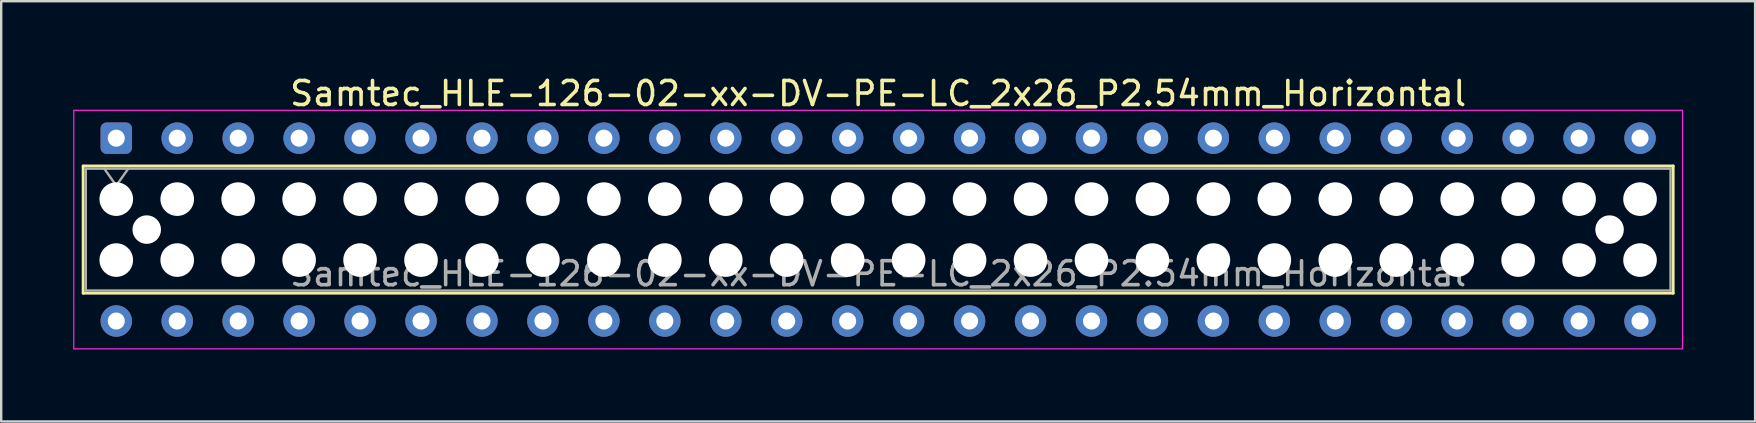
<source format=kicad_pcb>
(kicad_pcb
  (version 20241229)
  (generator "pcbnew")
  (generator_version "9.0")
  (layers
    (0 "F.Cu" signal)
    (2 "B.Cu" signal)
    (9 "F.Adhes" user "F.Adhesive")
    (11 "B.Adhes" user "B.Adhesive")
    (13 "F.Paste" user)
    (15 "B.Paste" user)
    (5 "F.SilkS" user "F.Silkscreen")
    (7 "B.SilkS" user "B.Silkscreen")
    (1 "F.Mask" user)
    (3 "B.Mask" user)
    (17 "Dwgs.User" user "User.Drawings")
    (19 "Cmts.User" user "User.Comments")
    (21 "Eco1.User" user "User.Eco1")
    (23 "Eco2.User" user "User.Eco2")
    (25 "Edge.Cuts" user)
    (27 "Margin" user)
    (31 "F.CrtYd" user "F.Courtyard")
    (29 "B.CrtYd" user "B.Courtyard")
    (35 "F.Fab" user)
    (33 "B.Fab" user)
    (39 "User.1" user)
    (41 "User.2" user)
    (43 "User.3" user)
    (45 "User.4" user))
  (footprint "Samtec_HLE-126-02-xx-DV-PE-LC_2x26_P2.54mm_Horizontal"
    (layer "F.Cu")
    (at 1.795 2.708)
    (property "Reference" "Samtec_HLE-126-02-xx-DV-PE-LC_2x26_P2.54mm_Horizontal" (at 31.75 -1.86 0) (layer "F.SilkS") (effects (font (size 1 1) (thickness 0.15))))
    (attr through_hole)
    (fp_line (start -1.38 1.16) (end 64.88 1.16) (stroke (width 0.12) (type solid)) (layer "F.SilkS"))
    (fp_line (start -1.38 6.46) (end -1.38 1.16) (stroke (width 0.12) (type solid)) (layer "F.SilkS"))
    (fp_line (start 64.88 1.16) (end 64.88 6.46) (stroke (width 0.12) (type solid)) (layer "F.SilkS"))
    (fp_line (start 64.88 6.46) (end -1.38 6.46) (stroke (width 0.12) (type solid)) (layer "F.SilkS"))
    (fp_line (start -1.77 -1.16) (end 65.27 -1.16) (stroke (width 0.05) (type solid)) (layer "F.CrtYd"))
    (fp_line (start -1.77 8.78) (end -1.77 -1.16) (stroke (width 0.05) (type solid)) (layer "F.CrtYd"))
    (fp_line (start 65.27 -1.16) (end 65.27 8.78) (stroke (width 0.05) (type solid)) (layer "F.CrtYd"))
    (fp_line (start 65.27 8.78) (end -1.77 8.78) (stroke (width 0.05) (type solid)) (layer "F.CrtYd"))
    (fp_line (start -1.27 1.27) (end 64.77 1.27) (stroke (width 0.1) (type solid)) (layer "F.Fab"))
    (fp_line (start -1.27 6.35) (end -1.27 1.27) (stroke (width 0.1) (type solid)) (layer "F.Fab"))
    (fp_line (start -0.5 1.27) (end 0 1.977) (stroke (width 0.1) (type solid)) (layer "F.Fab"))
    (fp_line (start 0 1.977) (end 0.5 1.27) (stroke (width 0.1) (type solid)) (layer "F.Fab"))
    (fp_line (start 64.77 1.27) (end 64.77 6.35) (stroke (width 0.1) (type solid)) (layer "F.Fab"))
    (fp_line (start 64.77 6.35) (end -1.27 6.35) (stroke (width 0.1) (type solid)) (layer "F.Fab"))
    (fp_text user "${REFERENCE}" (at 31.75 5.65 0) (layer "F.Fab") (effects (font (size 1 1) (thickness 0.15))))
    (pad "" np_thru_hole circle (at 0 2.54) (size 1.4 1.4) (drill 1.4) (layers "*.Cu" "*.Mask"))
    (pad "" np_thru_hole circle (at 0 5.08) (size 1.4 1.4) (drill 1.4) (layers "*.Cu" "*.Mask"))
    (pad "" np_thru_hole circle (at 1.27 3.81) (size 1.19 1.19) (drill 1.19) (layers "*.Cu" "*.Mask"))
    (pad "" np_thru_hole circle (at 2.54 2.54) (size 1.4 1.4) (drill 1.4) (layers "*.Cu" "*.Mask"))
    (pad "" np_thru_hole circle (at 2.54 5.08) (size 1.4 1.4) (drill 1.4) (layers "*.Cu" "*.Mask"))
    (pad "" np_thru_hole circle (at 5.08 2.54) (size 1.4 1.4) (drill 1.4) (layers "*.Cu" "*.Mask"))
    (pad "" np_thru_hole circle (at 5.08 5.08) (size 1.4 1.4) (drill 1.4) (layers "*.Cu" "*.Mask"))
    (pad "" np_thru_hole circle (at 7.62 2.54) (size 1.4 1.4) (drill 1.4) (layers "*.Cu" "*.Mask"))
    (pad "" np_thru_hole circle (at 7.62 5.08) (size 1.4 1.4) (drill 1.4) (layers "*.Cu" "*.Mask"))
    (pad "" np_thru_hole circle (at 10.16 2.54) (size 1.4 1.4) (drill 1.4) (layers "*.Cu" "*.Mask"))
    (pad "" np_thru_hole circle (at 10.16 5.08) (size 1.4 1.4) (drill 1.4) (layers "*.Cu" "*.Mask"))
    (pad "" np_thru_hole circle (at 12.7 2.54) (size 1.4 1.4) (drill 1.4) (layers "*.Cu" "*.Mask"))
    (pad "" np_thru_hole circle (at 12.7 5.08) (size 1.4 1.4) (drill 1.4) (layers "*.Cu" "*.Mask"))
    (pad "" np_thru_hole circle (at 15.24 2.54) (size 1.4 1.4) (drill 1.4) (layers "*.Cu" "*.Mask"))
    (pad "" np_thru_hole circle (at 15.24 5.08) (size 1.4 1.4) (drill 1.4) (layers "*.Cu" "*.Mask"))
    (pad "" np_thru_hole circle (at 17.78 2.54) (size 1.4 1.4) (drill 1.4) (layers "*.Cu" "*.Mask"))
    (pad "" np_thru_hole circle (at 17.78 5.08) (size 1.4 1.4) (drill 1.4) (layers "*.Cu" "*.Mask"))
    (pad "" np_thru_hole circle (at 20.32 2.54) (size 1.4 1.4) (drill 1.4) (layers "*.Cu" "*.Mask"))
    (pad "" np_thru_hole circle (at 20.32 5.08) (size 1.4 1.4) (drill 1.4) (layers "*.Cu" "*.Mask"))
    (pad "" np_thru_hole circle (at 22.86 2.54) (size 1.4 1.4) (drill 1.4) (layers "*.Cu" "*.Mask"))
    (pad "" np_thru_hole circle (at 22.86 5.08) (size 1.4 1.4) (drill 1.4) (layers "*.Cu" "*.Mask"))
    (pad "" np_thru_hole circle (at 25.4 2.54) (size 1.4 1.4) (drill 1.4) (layers "*.Cu" "*.Mask"))
    (pad "" np_thru_hole circle (at 25.4 5.08) (size 1.4 1.4) (drill 1.4) (layers "*.Cu" "*.Mask"))
    (pad "" np_thru_hole circle (at 27.94 2.54) (size 1.4 1.4) (drill 1.4) (layers "*.Cu" "*.Mask"))
    (pad "" np_thru_hole circle (at 27.94 5.08) (size 1.4 1.4) (drill 1.4) (layers "*.Cu" "*.Mask"))
    (pad "" np_thru_hole circle (at 30.48 2.54) (size 1.4 1.4) (drill 1.4) (layers "*.Cu" "*.Mask"))
    (pad "" np_thru_hole circle (at 30.48 5.08) (size 1.4 1.4) (drill 1.4) (layers "*.Cu" "*.Mask"))
    (pad "" np_thru_hole circle (at 33.02 2.54) (size 1.4 1.4) (drill 1.4) (layers "*.Cu" "*.Mask"))
    (pad "" np_thru_hole circle (at 33.02 5.08) (size 1.4 1.4) (drill 1.4) (layers "*.Cu" "*.Mask"))
    (pad "" np_thru_hole circle (at 35.56 2.54) (size 1.4 1.4) (drill 1.4) (layers "*.Cu" "*.Mask"))
    (pad "" np_thru_hole circle (at 35.56 5.08) (size 1.4 1.4) (drill 1.4) (layers "*.Cu" "*.Mask"))
    (pad "" np_thru_hole circle (at 38.1 2.54) (size 1.4 1.4) (drill 1.4) (layers "*.Cu" "*.Mask"))
    (pad "" np_thru_hole circle (at 38.1 5.08) (size 1.4 1.4) (drill 1.4) (layers "*.Cu" "*.Mask"))
    (pad "" np_thru_hole circle (at 40.64 2.54) (size 1.4 1.4) (drill 1.4) (layers "*.Cu" "*.Mask"))
    (pad "" np_thru_hole circle (at 40.64 5.08) (size 1.4 1.4) (drill 1.4) (layers "*.Cu" "*.Mask"))
    (pad "" np_thru_hole circle (at 43.18 2.54) (size 1.4 1.4) (drill 1.4) (layers "*.Cu" "*.Mask"))
    (pad "" np_thru_hole circle (at 43.18 5.08) (size 1.4 1.4) (drill 1.4) (layers "*.Cu" "*.Mask"))
    (pad "" np_thru_hole circle (at 45.72 2.54) (size 1.4 1.4) (drill 1.4) (layers "*.Cu" "*.Mask"))
    (pad "" np_thru_hole circle (at 45.72 5.08) (size 1.4 1.4) (drill 1.4) (layers "*.Cu" "*.Mask"))
    (pad "" np_thru_hole circle (at 48.26 2.54) (size 1.4 1.4) (drill 1.4) (layers "*.Cu" "*.Mask"))
    (pad "" np_thru_hole circle (at 48.26 5.08) (size 1.4 1.4) (drill 1.4) (layers "*.Cu" "*.Mask"))
    (pad "" np_thru_hole circle (at 50.8 2.54) (size 1.4 1.4) (drill 1.4) (layers "*.Cu" "*.Mask"))
    (pad "" np_thru_hole circle (at 50.8 5.08) (size 1.4 1.4) (drill 1.4) (layers "*.Cu" "*.Mask"))
    (pad "" np_thru_hole circle (at 53.34 2.54) (size 1.4 1.4) (drill 1.4) (layers "*.Cu" "*.Mask"))
    (pad "" np_thru_hole circle (at 53.34 5.08) (size 1.4 1.4) (drill 1.4) (layers "*.Cu" "*.Mask"))
    (pad "" np_thru_hole circle (at 55.88 2.54) (size 1.4 1.4) (drill 1.4) (layers "*.Cu" "*.Mask"))
    (pad "" np_thru_hole circle (at 55.88 5.08) (size 1.4 1.4) (drill 1.4) (layers "*.Cu" "*.Mask"))
    (pad "" np_thru_hole circle (at 58.42 2.54) (size 1.4 1.4) (drill 1.4) (layers "*.Cu" "*.Mask"))
    (pad "" np_thru_hole circle (at 58.42 5.08) (size 1.4 1.4) (drill 1.4) (layers "*.Cu" "*.Mask"))
    (pad "" np_thru_hole circle (at 60.96 2.54) (size 1.4 1.4) (drill 1.4) (layers "*.Cu" "*.Mask"))
    (pad "" np_thru_hole circle (at 60.96 5.08) (size 1.4 1.4) (drill 1.4) (layers "*.Cu" "*.Mask"))
    (pad "" np_thru_hole circle (at 62.23 3.81) (size 1.19 1.19) (drill 1.19) (layers "*.Cu" "*.Mask"))
    (pad "" np_thru_hole circle (at 63.5 2.54) (size 1.4 1.4) (drill 1.4) (layers "*.Cu" "*.Mask"))
    (pad "" np_thru_hole circle (at 63.5 5.08) (size 1.4 1.4) (drill 1.4) (layers "*.Cu" "*.Mask"))
    (pad "1" thru_hole roundrect (at 0 0) (size 1.31 1.31) (drill 0.71) (layers "*.Cu" "*.Mask") (roundrect_rratio 0.191))
    (pad "2" thru_hole circle (at 0 7.62) (size 1.31 1.31) (drill 0.71) (layers "*.Cu" "*.Mask"))
    (pad "3" thru_hole circle (at 2.54 0) (size 1.31 1.31) (drill 0.71) (layers "*.Cu" "*.Mask"))
    (pad "4" thru_hole circle (at 2.54 7.62) (size 1.31 1.31) (drill 0.71) (layers "*.Cu" "*.Mask"))
    (pad "5" thru_hole circle (at 5.08 0) (size 1.31 1.31) (drill 0.71) (layers "*.Cu" "*.Mask"))
    (pad "6" thru_hole circle (at 5.08 7.62) (size 1.31 1.31) (drill 0.71) (layers "*.Cu" "*.Mask"))
    (pad "7" thru_hole circle (at 7.62 0) (size 1.31 1.31) (drill 0.71) (layers "*.Cu" "*.Mask"))
    (pad "8" thru_hole circle (at 7.62 7.62) (size 1.31 1.31) (drill 0.71) (layers "*.Cu" "*.Mask"))
    (pad "9" thru_hole circle (at 10.16 0) (size 1.31 1.31) (drill 0.71) (layers "*.Cu" "*.Mask"))
    (pad "10" thru_hole circle (at 10.16 7.62) (size 1.31 1.31) (drill 0.71) (layers "*.Cu" "*.Mask"))
    (pad "11" thru_hole circle (at 12.7 0) (size 1.31 1.31) (drill 0.71) (layers "*.Cu" "*.Mask"))
    (pad "12" thru_hole circle (at 12.7 7.62) (size 1.31 1.31) (drill 0.71) (layers "*.Cu" "*.Mask"))
    (pad "13" thru_hole circle (at 15.24 0) (size 1.31 1.31) (drill 0.71) (layers "*.Cu" "*.Mask"))
    (pad "14" thru_hole circle (at 15.24 7.62) (size 1.31 1.31) (drill 0.71) (layers "*.Cu" "*.Mask"))
    (pad "15" thru_hole circle (at 17.78 0) (size 1.31 1.31) (drill 0.71) (layers "*.Cu" "*.Mask"))
    (pad "16" thru_hole circle (at 17.78 7.62) (size 1.31 1.31) (drill 0.71) (layers "*.Cu" "*.Mask"))
    (pad "17" thru_hole circle (at 20.32 0) (size 1.31 1.31) (drill 0.71) (layers "*.Cu" "*.Mask"))
    (pad "18" thru_hole circle (at 20.32 7.62) (size 1.31 1.31) (drill 0.71) (layers "*.Cu" "*.Mask"))
    (pad "19" thru_hole circle (at 22.86 0) (size 1.31 1.31) (drill 0.71) (layers "*.Cu" "*.Mask"))
    (pad "20" thru_hole circle (at 22.86 7.62) (size 1.31 1.31) (drill 0.71) (layers "*.Cu" "*.Mask"))
    (pad "21" thru_hole circle (at 25.4 0) (size 1.31 1.31) (drill 0.71) (layers "*.Cu" "*.Mask"))
    (pad "22" thru_hole circle (at 25.4 7.62) (size 1.31 1.31) (drill 0.71) (layers "*.Cu" "*.Mask"))
    (pad "23" thru_hole circle (at 27.94 0) (size 1.31 1.31) (drill 0.71) (layers "*.Cu" "*.Mask"))
    (pad "24" thru_hole circle (at 27.94 7.62) (size 1.31 1.31) (drill 0.71) (layers "*.Cu" "*.Mask"))
    (pad "25" thru_hole circle (at 30.48 0) (size 1.31 1.31) (drill 0.71) (layers "*.Cu" "*.Mask"))
    (pad "26" thru_hole circle (at 30.48 7.62) (size 1.31 1.31) (drill 0.71) (layers "*.Cu" "*.Mask"))
    (pad "27" thru_hole circle (at 33.02 0) (size 1.31 1.31) (drill 0.71) (layers "*.Cu" "*.Mask"))
    (pad "28" thru_hole circle (at 33.02 7.62) (size 1.31 1.31) (drill 0.71) (layers "*.Cu" "*.Mask"))
    (pad "29" thru_hole circle (at 35.56 0) (size 1.31 1.31) (drill 0.71) (layers "*.Cu" "*.Mask"))
    (pad "30" thru_hole circle (at 35.56 7.62) (size 1.31 1.31) (drill 0.71) (layers "*.Cu" "*.Mask"))
    (pad "31" thru_hole circle (at 38.1 0) (size 1.31 1.31) (drill 0.71) (layers "*.Cu" "*.Mask"))
    (pad "32" thru_hole circle (at 38.1 7.62) (size 1.31 1.31) (drill 0.71) (layers "*.Cu" "*.Mask"))
    (pad "33" thru_hole circle (at 40.64 0) (size 1.31 1.31) (drill 0.71) (layers "*.Cu" "*.Mask"))
    (pad "34" thru_hole circle (at 40.64 7.62) (size 1.31 1.31) (drill 0.71) (layers "*.Cu" "*.Mask"))
    (pad "35" thru_hole circle (at 43.18 0) (size 1.31 1.31) (drill 0.71) (layers "*.Cu" "*.Mask"))
    (pad "36" thru_hole circle (at 43.18 7.62) (size 1.31 1.31) (drill 0.71) (layers "*.Cu" "*.Mask"))
    (pad "37" thru_hole circle (at 45.72 0) (size 1.31 1.31) (drill 0.71) (layers "*.Cu" "*.Mask"))
    (pad "38" thru_hole circle (at 45.72 7.62) (size 1.31 1.31) (drill 0.71) (layers "*.Cu" "*.Mask"))
    (pad "39" thru_hole circle (at 48.26 0) (size 1.31 1.31) (drill 0.71) (layers "*.Cu" "*.Mask"))
    (pad "40" thru_hole circle (at 48.26 7.62) (size 1.31 1.31) (drill 0.71) (layers "*.Cu" "*.Mask"))
    (pad "41" thru_hole circle (at 50.8 0) (size 1.31 1.31) (drill 0.71) (layers "*.Cu" "*.Mask"))
    (pad "42" thru_hole circle (at 50.8 7.62) (size 1.31 1.31) (drill 0.71) (layers "*.Cu" "*.Mask"))
    (pad "43" thru_hole circle (at 53.34 0) (size 1.31 1.31) (drill 0.71) (layers "*.Cu" "*.Mask"))
    (pad "44" thru_hole circle (at 53.34 7.62) (size 1.31 1.31) (drill 0.71) (layers "*.Cu" "*.Mask"))
    (pad "45" thru_hole circle (at 55.88 0) (size 1.31 1.31) (drill 0.71) (layers "*.Cu" "*.Mask"))
    (pad "46" thru_hole circle (at 55.88 7.62) (size 1.31 1.31) (drill 0.71) (layers "*.Cu" "*.Mask"))
    (pad "47" thru_hole circle (at 58.42 0) (size 1.31 1.31) (drill 0.71) (layers "*.Cu" "*.Mask"))
    (pad "48" thru_hole circle (at 58.42 7.62) (size 1.31 1.31) (drill 0.71) (layers "*.Cu" "*.Mask"))
    (pad "49" thru_hole circle (at 60.96 0) (size 1.31 1.31) (drill 0.71) (layers "*.Cu" "*.Mask"))
    (pad "50" thru_hole circle (at 60.96 7.62) (size 1.31 1.31) (drill 0.71) (layers "*.Cu" "*.Mask"))
    (pad "51" thru_hole circle (at 63.5 0) (size 1.31 1.31) (drill 0.71) (layers "*.Cu" "*.Mask"))
    (pad "52" thru_hole circle (at 63.5 7.62) (size 1.31 1.31) (drill 0.71) (layers "*.Cu" "*.Mask")))
  (gr_rect
    (start -3 -3)
    (end 70.09 14.513)
    (stroke (width 0.1) (type default))
    (fill no)
    (layer "Edge.Cuts")))
</source>
